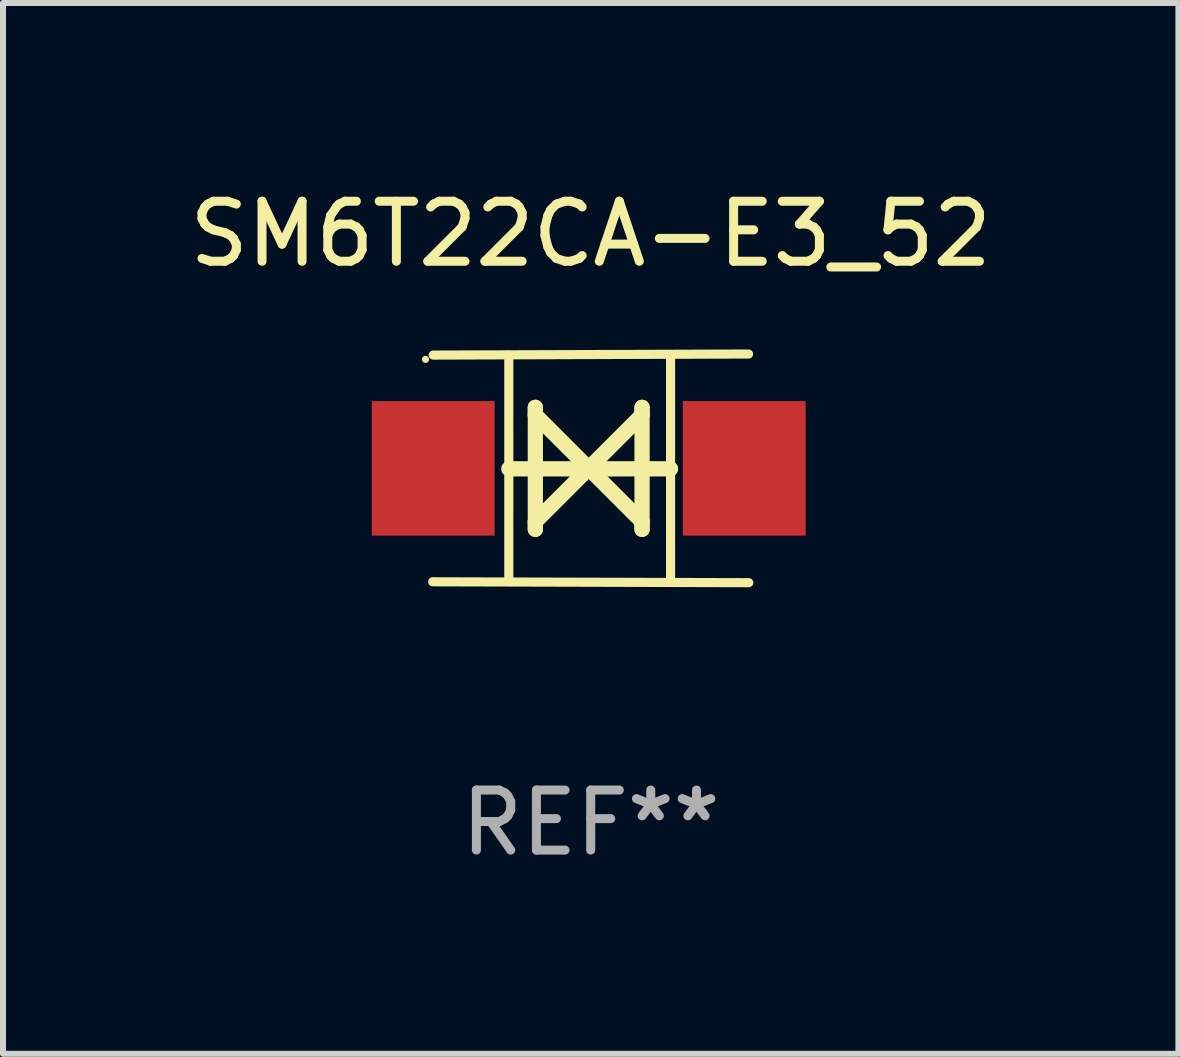
<source format=kicad_pcb>
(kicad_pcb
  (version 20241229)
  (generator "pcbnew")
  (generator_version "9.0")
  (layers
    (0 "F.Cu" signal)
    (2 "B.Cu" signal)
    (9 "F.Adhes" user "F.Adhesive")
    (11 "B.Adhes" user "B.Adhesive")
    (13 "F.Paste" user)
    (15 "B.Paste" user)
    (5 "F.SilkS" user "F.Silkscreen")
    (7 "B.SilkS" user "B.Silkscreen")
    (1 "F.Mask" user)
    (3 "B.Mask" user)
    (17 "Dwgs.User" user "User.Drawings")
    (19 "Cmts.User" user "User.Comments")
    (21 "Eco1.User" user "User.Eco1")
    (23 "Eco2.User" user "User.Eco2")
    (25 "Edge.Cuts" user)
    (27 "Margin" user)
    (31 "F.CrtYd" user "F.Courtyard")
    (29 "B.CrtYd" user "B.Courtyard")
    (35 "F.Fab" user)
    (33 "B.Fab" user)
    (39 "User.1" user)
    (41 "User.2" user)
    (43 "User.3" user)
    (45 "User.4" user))
  (footprint "SM6T22CA-E3_52"
    (layer "F.Cu")
    (at 6.792 4.753)
    (property "Reference" "SM6T22CA-E3_52" (at 0 -3.905 0) (layer "F.SilkS") (effects (font (size 1 1) (thickness 0.15))))
    (attr through_hole)
    (fp_line (start -1.365 1.886) (end -1.365 -1.886) (stroke (width 0.152) (type solid)) (layer "F.SilkS"))
    (fp_line (start -1.365 0.008) (end 1.33 0.008) (stroke (width 0.254) (type solid)) (layer "F.SilkS"))
    (fp_line (start -0.923 -1.016) (end -0.923 1.016) (stroke (width 0.254) (type solid)) (layer "F.SilkS"))
    (fp_line (start -0.923 -0.889) (end -0.923 -1.016) (stroke (width 0.254) (type solid)) (layer "F.SilkS"))
    (fp_line (start -0.923 0.889) (end -0.034 0) (stroke (width 0.254) (type solid)) (layer "F.SilkS"))
    (fp_line (start -0.923 1.016) (end -0.923 0.889) (stroke (width 0.254) (type solid)) (layer "F.SilkS"))
    (fp_line (start -0.034 0) (end -0.923 -0.889) (stroke (width 0.254) (type solid)) (layer "F.SilkS"))
    (fp_line (start -0.034 0) (end 0.855 0.889) (stroke (width 0.254) (type solid)) (layer "F.SilkS"))
    (fp_line (start 0.855 -1.016) (end 0.855 -0.889) (stroke (width 0.254) (type solid)) (layer "F.SilkS"))
    (fp_line (start 0.855 -0.889) (end -0.034 0) (stroke (width 0.254) (type solid)) (layer "F.SilkS"))
    (fp_line (start 0.855 0.889) (end 0.855 1.016) (stroke (width 0.254) (type solid)) (layer "F.SilkS"))
    (fp_line (start 0.855 1.016) (end 0.855 -1.016) (stroke (width 0.254) (type solid)) (layer "F.SilkS"))
    (fp_line (start 1.33 1.886) (end 1.33 -1.886) (stroke (width 0.152) (type solid)) (layer "F.SilkS"))
    (fp_line (start 2.629 -1.905) (end -2.625 -1.887) (stroke (width 0.152) (type solid)) (layer "F.SilkS"))
    (fp_line (start 2.633 1.905) (end -2.633 1.89) (stroke (width 0.152) (type solid)) (layer "F.SilkS"))
    (fp_circle (center -2.753 -1.816) (end -2.723 -1.816) (stroke (width 0.06) (type solid)) (fill no) (layer "F.SilkS"))
    (fp_text user "REF**" (at 0 5.905 0) (layer "F.Fab") (effects (font (size 1 1) (thickness 0.15))))
    (pad "1" smd rect (at -2.625 0) (size 2.047 2.241) (layers "F.Cu" "F.Mask" "F.Paste"))
    (pad "2" smd rect (at 2.557 0) (size 2.047 2.241) (layers "F.Cu" "F.Mask" "F.Paste")))
  (gr_rect
    (start -3 -3)
    (end 16.583 14.507)
    (stroke (width 0.1) (type default))
    (fill no)
    (layer "Edge.Cuts")))
</source>
